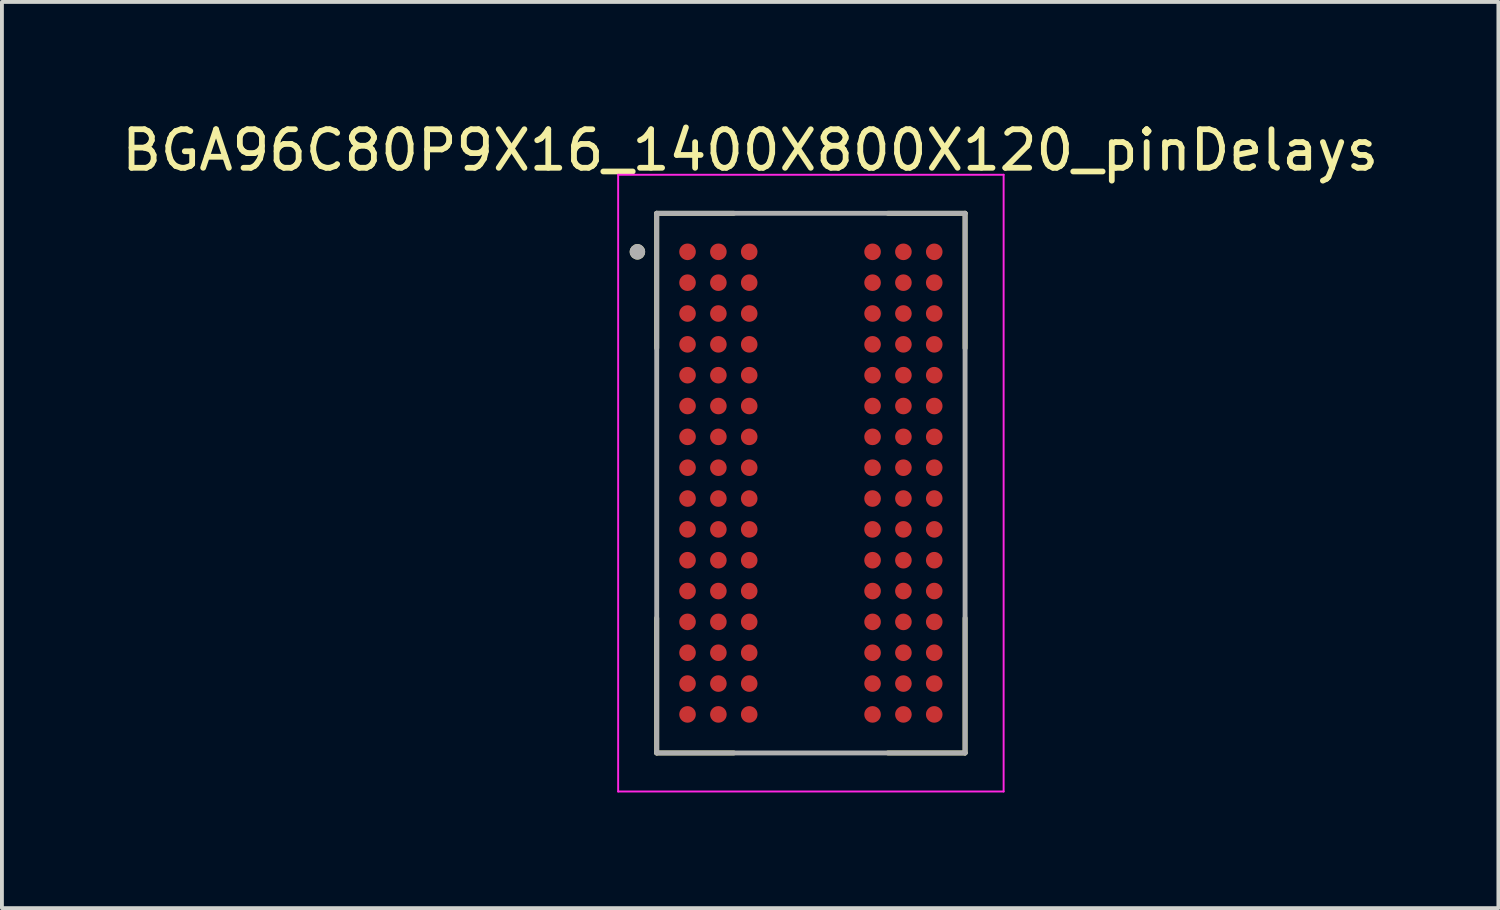
<source format=kicad_pcb>
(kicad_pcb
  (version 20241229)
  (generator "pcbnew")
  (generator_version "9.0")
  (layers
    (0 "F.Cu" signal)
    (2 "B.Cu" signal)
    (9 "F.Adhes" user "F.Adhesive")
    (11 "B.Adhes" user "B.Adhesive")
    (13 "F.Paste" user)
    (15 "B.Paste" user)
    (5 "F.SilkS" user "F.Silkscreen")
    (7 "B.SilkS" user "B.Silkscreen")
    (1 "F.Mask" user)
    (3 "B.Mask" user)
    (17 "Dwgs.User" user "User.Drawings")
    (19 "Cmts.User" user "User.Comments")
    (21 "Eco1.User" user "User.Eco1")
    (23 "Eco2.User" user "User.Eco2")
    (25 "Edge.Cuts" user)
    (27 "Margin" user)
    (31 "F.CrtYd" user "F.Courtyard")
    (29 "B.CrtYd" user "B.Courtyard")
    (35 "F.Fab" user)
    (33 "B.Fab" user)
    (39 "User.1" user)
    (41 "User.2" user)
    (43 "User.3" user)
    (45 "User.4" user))
  (footprint "BGA96C80P9X16_1400X800X120_pinDelays"
    (layer "F.Cu")
    (at 17.986 9.483)
    (property "Reference" "BGA96C80P9X16_1400X800X120_pinDelays" (at -1.575 -8.635 180) (layer "F.SilkS") (effects (font (size 1 1) (thickness 0.15))))
    (attr smd)
    (fp_line (start -4 -7) (end -4 -3.5) (stroke (width 0.127) (type solid)) (layer "F.SilkS"))
    (fp_line (start -4 -7) (end -2 -7) (stroke (width 0.127) (type solid)) (layer "F.SilkS"))
    (fp_line (start -4 7) (end -4 3.5) (stroke (width 0.127) (type solid)) (layer "F.SilkS"))
    (fp_line (start -4 7) (end -2 7) (stroke (width 0.127) (type solid)) (layer "F.SilkS"))
    (fp_line (start 4 -7) (end 2 -7) (stroke (width 0.127) (type solid)) (layer "F.SilkS"))
    (fp_line (start 4 -7) (end 4 -3.5) (stroke (width 0.127) (type solid)) (layer "F.SilkS"))
    (fp_line (start 4 7) (end 2 7) (stroke (width 0.127) (type solid)) (layer "F.SilkS"))
    (fp_line (start 4 7) (end 4 3.5) (stroke (width 0.127) (type solid)) (layer "F.SilkS"))
    (fp_circle (center -4.5 -6) (end -4.4 -6) (stroke (width 0.2) (type solid)) (fill no) (layer "F.SilkS"))
    (fp_line (start -5 -8) (end 5 -8) (stroke (width 0.05) (type solid)) (layer "F.CrtYd"))
    (fp_line (start -5 8) (end -5 -8) (stroke (width 0.05) (type solid)) (layer "F.CrtYd"))
    (fp_line (start -5 8) (end 5 8) (stroke (width 0.05) (type solid)) (layer "F.CrtYd"))
    (fp_line (start 5 8) (end 5 -8) (stroke (width 0.05) (type solid)) (layer "F.CrtYd"))
    (fp_line (start -4 7) (end -4 -7) (stroke (width 0.127) (type solid)) (layer "F.Fab"))
    (fp_line (start 4 -7) (end -4 -7) (stroke (width 0.127) (type solid)) (layer "F.Fab"))
    (fp_line (start 4 7) (end -4 7) (stroke (width 0.127) (type solid)) (layer "F.Fab"))
    (fp_line (start 4 7) (end 4 -7) (stroke (width 0.127) (type solid)) (layer "F.Fab"))
    (fp_circle (center -4.5 -6) (end -4.4 -6) (stroke (width 0.2) (type solid)) (fill no) (layer "F.Fab"))
    (pad "A1" smd circle (at -3.2 -6) (size 0.43 0.43) (layers "F.Cu" "F.Mask" "F.Paste"))
    (pad "A2" smd circle (at -2.4 -6) (size 0.43 0.43) (layers "F.Cu" "F.Mask" "F.Paste"))
    (pad "A3" smd circle (at -1.6 -6) (size 0.43 0.43) (layers "F.Cu" "F.Mask" "F.Paste"))
    (pad "A7" smd circle (at 1.6 -6) (size 0.43 0.43) (layers "F.Cu" "F.Mask" "F.Paste"))
    (pad "A8" smd circle (at 2.4 -6) (size 0.43 0.43) (layers "F.Cu" "F.Mask" "F.Paste"))
    (pad "A9" smd circle (at 3.2 -6) (size 0.43 0.43) (layers "F.Cu" "F.Mask" "F.Paste"))
    (pad "B1" smd circle (at -3.2 -5.2) (size 0.43 0.43) (layers "F.Cu" "F.Mask" "F.Paste"))
    (pad "B2" smd circle (at -2.4 -5.2) (size 0.43 0.43) (layers "F.Cu" "F.Mask" "F.Paste"))
    (pad "B3" smd circle (at -1.6 -5.2) (size 0.43 0.43) (layers "F.Cu" "F.Mask" "F.Paste"))
    (pad "B7" smd circle (at 1.6 -5.2) (size 0.43 0.43) (layers "F.Cu" "F.Mask" "F.Paste"))
    (pad "B8" smd circle (at 2.4 -5.2) (size 0.43 0.43) (layers "F.Cu" "F.Mask" "F.Paste"))
    (pad "B9" smd circle (at 3.2 -5.2) (size 0.43 0.43) (layers "F.Cu" "F.Mask" "F.Paste"))
    (pad "C1" smd circle (at -3.2 -4.4) (size 0.43 0.43) (layers "F.Cu" "F.Mask" "F.Paste"))
    (pad "C2" smd circle (at -2.4 -4.4) (size 0.43 0.43) (layers "F.Cu" "F.Mask" "F.Paste"))
    (pad "C3" smd circle (at -1.6 -4.4) (size 0.43 0.43) (layers "F.Cu" "F.Mask" "F.Paste"))
    (pad "C7" smd circle (at 1.6 -4.4) (size 0.43 0.43) (layers "F.Cu" "F.Mask" "F.Paste"))
    (pad "C8" smd circle (at 2.4 -4.4) (size 0.43 0.43) (layers "F.Cu" "F.Mask" "F.Paste"))
    (pad "C9" smd circle (at 3.2 -4.4) (size 0.43 0.43) (layers "F.Cu" "F.Mask" "F.Paste"))
    (pad "D1" smd circle (at -3.2 -3.6) (size 0.43 0.43) (layers "F.Cu" "F.Mask" "F.Paste"))
    (pad "D2" smd circle (at -2.4 -3.6) (size 0.43 0.43) (layers "F.Cu" "F.Mask" "F.Paste"))
    (pad "D3" smd circle (at -1.6 -3.6) (size 0.43 0.43) (layers "F.Cu" "F.Mask" "F.Paste"))
    (pad "D7" smd circle (at 1.6 -3.6) (size 0.43 0.43) (layers "F.Cu" "F.Mask" "F.Paste"))
    (pad "D8" smd circle (at 2.4 -3.6) (size 0.43 0.43) (layers "F.Cu" "F.Mask" "F.Paste"))
    (pad "D9" smd circle (at 3.2 -3.6) (size 0.43 0.43) (layers "F.Cu" "F.Mask" "F.Paste"))
    (pad "E1" smd circle (at -3.2 -2.8) (size 0.43 0.43) (layers "F.Cu" "F.Mask" "F.Paste"))
    (pad "E2" smd circle (at -2.4 -2.8) (size 0.43 0.43) (layers "F.Cu" "F.Mask" "F.Paste"))
    (pad "E3" smd circle (at -1.6 -2.8) (size 0.43 0.43) (layers "F.Cu" "F.Mask" "F.Paste"))
    (pad "E7" smd circle (at 1.6 -2.8) (size 0.43 0.43) (layers "F.Cu" "F.Mask" "F.Paste"))
    (pad "E8" smd circle (at 2.4 -2.8) (size 0.43 0.43) (layers "F.Cu" "F.Mask" "F.Paste"))
    (pad "E9" smd circle (at 3.2 -2.8) (size 0.43 0.43) (layers "F.Cu" "F.Mask" "F.Paste"))
    (pad "F1" smd circle (at -3.2 -2) (size 0.43 0.43) (layers "F.Cu" "F.Mask" "F.Paste"))
    (pad "F2" smd circle (at -2.4 -2) (size 0.43 0.43) (layers "F.Cu" "F.Mask" "F.Paste"))
    (pad "F3" smd circle (at -1.6 -2) (size 0.43 0.43) (layers "F.Cu" "F.Mask" "F.Paste"))
    (pad "F7" smd circle (at 1.6 -2) (size 0.43 0.43) (layers "F.Cu" "F.Mask" "F.Paste"))
    (pad "F8" smd circle (at 2.4 -2) (size 0.43 0.43) (layers "F.Cu" "F.Mask" "F.Paste"))
    (pad "F9" smd circle (at 3.2 -2) (size 0.43 0.43) (layers "F.Cu" "F.Mask" "F.Paste"))
    (pad "G1" smd circle (at -3.2 -1.2) (size 0.43 0.43) (layers "F.Cu" "F.Mask" "F.Paste"))
    (pad "G2" smd circle (at -2.4 -1.2) (size 0.43 0.43) (layers "F.Cu" "F.Mask" "F.Paste"))
    (pad "G3" smd circle (at -1.6 -1.2) (size 0.43 0.43) (layers "F.Cu" "F.Mask" "F.Paste"))
    (pad "G7" smd circle (at 1.6 -1.2) (size 0.43 0.43) (layers "F.Cu" "F.Mask" "F.Paste"))
    (pad "G8" smd circle (at 2.4 -1.2) (size 0.43 0.43) (layers "F.Cu" "F.Mask" "F.Paste"))
    (pad "G9" smd circle (at 3.2 -1.2) (size 0.43 0.43) (layers "F.Cu" "F.Mask" "F.Paste"))
    (pad "H1" smd circle (at -3.2 -0.4) (size 0.43 0.43) (layers "F.Cu" "F.Mask" "F.Paste"))
    (pad "H2" smd circle (at -2.4 -0.4) (size 0.43 0.43) (layers "F.Cu" "F.Mask" "F.Paste"))
    (pad "H3" smd circle (at -1.6 -0.4) (size 0.43 0.43) (layers "F.Cu" "F.Mask" "F.Paste"))
    (pad "H7" smd circle (at 1.6 -0.4) (size 0.43 0.43) (layers "F.Cu" "F.Mask" "F.Paste"))
    (pad "H8" smd circle (at 2.4 -0.4) (size 0.43 0.43) (layers "F.Cu" "F.Mask" "F.Paste"))
    (pad "H9" smd circle (at 3.2 -0.4) (size 0.43 0.43) (layers "F.Cu" "F.Mask" "F.Paste"))
    (pad "J1" smd circle (at -3.2 0.4) (size 0.43 0.43) (layers "F.Cu" "F.Mask" "F.Paste"))
    (pad "J2" smd circle (at -2.4 0.4) (size 0.43 0.43) (layers "F.Cu" "F.Mask" "F.Paste"))
    (pad "J3" smd circle (at -1.6 0.4) (size 0.43 0.43) (layers "F.Cu" "F.Mask" "F.Paste"))
    (pad "J7" smd circle (at 1.6 0.4) (size 0.43 0.43) (layers "F.Cu" "F.Mask" "F.Paste"))
    (pad "J8" smd circle (at 2.4 0.4) (size 0.43 0.43) (layers "F.Cu" "F.Mask" "F.Paste"))
    (pad "J9" smd circle (at 3.2 0.4) (size 0.43 0.43) (layers "F.Cu" "F.Mask" "F.Paste"))
    (pad "K1" smd circle (at -3.2 1.2) (size 0.43 0.43) (layers "F.Cu" "F.Mask" "F.Paste"))
    (pad "K2" smd circle (at -2.4 1.2) (size 0.43 0.43) (layers "F.Cu" "F.Mask" "F.Paste"))
    (pad "K3" smd circle (at -1.6 1.2) (size 0.43 0.43) (layers "F.Cu" "F.Mask" "F.Paste"))
    (pad "K7" smd circle (at 1.6 1.2) (size 0.43 0.43) (layers "F.Cu" "F.Mask" "F.Paste"))
    (pad "K8" smd circle (at 2.4 1.2) (size 0.43 0.43) (layers "F.Cu" "F.Mask" "F.Paste"))
    (pad "K9" smd circle (at 3.2 1.2) (size 0.43 0.43) (layers "F.Cu" "F.Mask" "F.Paste"))
    (pad "L1" smd circle (at -3.2 2) (size 0.43 0.43) (layers "F.Cu" "F.Mask" "F.Paste"))
    (pad "L2" smd circle (at -2.4 2) (size 0.43 0.43) (layers "F.Cu" "F.Mask" "F.Paste"))
    (pad "L3" smd circle (at -1.6 2) (size 0.43 0.43) (layers "F.Cu" "F.Mask" "F.Paste"))
    (pad "L7" smd circle (at 1.6 2) (size 0.43 0.43) (layers "F.Cu" "F.Mask" "F.Paste"))
    (pad "L8" smd circle (at 2.4 2) (size 0.43 0.43) (layers "F.Cu" "F.Mask" "F.Paste"))
    (pad "L9" smd circle (at 3.2 2) (size 0.43 0.43) (layers "F.Cu" "F.Mask" "F.Paste"))
    (pad "M1" smd circle (at -3.2 2.8) (size 0.43 0.43) (layers "F.Cu" "F.Mask" "F.Paste"))
    (pad "M2" smd circle (at -2.4 2.8) (size 0.43 0.43) (layers "F.Cu" "F.Mask" "F.Paste"))
    (pad "M3" smd circle (at -1.6 2.8) (size 0.43 0.43) (layers "F.Cu" "F.Mask" "F.Paste"))
    (pad "M7" smd circle (at 1.6 2.8) (size 0.43 0.43) (layers "F.Cu" "F.Mask" "F.Paste"))
    (pad "M8" smd circle (at 2.4 2.8) (size 0.43 0.43) (layers "F.Cu" "F.Mask" "F.Paste"))
    (pad "M9" smd circle (at 3.2 2.8) (size 0.43 0.43) (layers "F.Cu" "F.Mask" "F.Paste"))
    (pad "N1" smd circle (at -3.2 3.6) (size 0.43 0.43) (layers "F.Cu" "F.Mask" "F.Paste"))
    (pad "N2" smd circle (at -2.4 3.6) (size 0.43 0.43) (layers "F.Cu" "F.Mask" "F.Paste"))
    (pad "N3" smd circle (at -1.6 3.6) (size 0.43 0.43) (layers "F.Cu" "F.Mask" "F.Paste"))
    (pad "N7" smd circle (at 1.6 3.6) (size 0.43 0.43) (layers "F.Cu" "F.Mask" "F.Paste"))
    (pad "N8" smd circle (at 2.4 3.6) (size 0.43 0.43) (layers "F.Cu" "F.Mask" "F.Paste"))
    (pad "N9" smd circle (at 3.2 3.6) (size 0.43 0.43) (layers "F.Cu" "F.Mask" "F.Paste"))
    (pad "P1" smd circle (at -3.2 4.4) (size 0.43 0.43) (layers "F.Cu" "F.Mask" "F.Paste"))
    (pad "P2" smd circle (at -2.4 4.4) (size 0.43 0.43) (layers "F.Cu" "F.Mask" "F.Paste"))
    (pad "P3" smd circle (at -1.6 4.4) (size 0.43 0.43) (layers "F.Cu" "F.Mask" "F.Paste"))
    (pad "P7" smd circle (at 1.6 4.4) (size 0.43 0.43) (layers "F.Cu" "F.Mask" "F.Paste"))
    (pad "P8" smd circle (at 2.4 4.4) (size 0.43 0.43) (layers "F.Cu" "F.Mask" "F.Paste"))
    (pad "P9" smd circle (at 3.2 4.4) (size 0.43 0.43) (layers "F.Cu" "F.Mask" "F.Paste"))
    (pad "R1" smd circle (at -3.2 5.2) (size 0.43 0.43) (layers "F.Cu" "F.Mask" "F.Paste"))
    (pad "R2" smd circle (at -2.4 5.2) (size 0.43 0.43) (layers "F.Cu" "F.Mask" "F.Paste"))
    (pad "R3" smd circle (at -1.6 5.2) (size 0.43 0.43) (layers "F.Cu" "F.Mask" "F.Paste"))
    (pad "R7" smd circle (at 1.6 5.2) (size 0.43 0.43) (layers "F.Cu" "F.Mask" "F.Paste"))
    (pad "R8" smd circle (at 2.4 5.2) (size 0.43 0.43) (layers "F.Cu" "F.Mask" "F.Paste"))
    (pad "R9" smd circle (at 3.2 5.2) (size 0.43 0.43) (layers "F.Cu" "F.Mask" "F.Paste"))
    (pad "T1" smd circle (at -3.2 6) (size 0.43 0.43) (layers "F.Cu" "F.Mask" "F.Paste"))
    (pad "T2" smd circle (at -2.4 6) (size 0.43 0.43) (layers "F.Cu" "F.Mask" "F.Paste"))
    (pad "T3" smd circle (at -1.6 6) (size 0.43 0.43) (layers "F.Cu" "F.Mask" "F.Paste"))
    (pad "T7" smd circle (at 1.6 6) (size 0.43 0.43) (layers "F.Cu" "F.Mask" "F.Paste"))
    (pad "T8" smd circle (at 2.4 6) (size 0.43 0.43) (layers "F.Cu" "F.Mask" "F.Paste"))
    (pad "T9" smd circle (at 3.2 6) (size 0.43 0.43) (layers "F.Cu" "F.Mask" "F.Paste")))
  (gr_rect
    (start -3 -3)
    (end 35.821 20.508)
    (stroke (width 0.1) (type default))
    (fill no)
    (layer "Edge.Cuts")))
</source>
